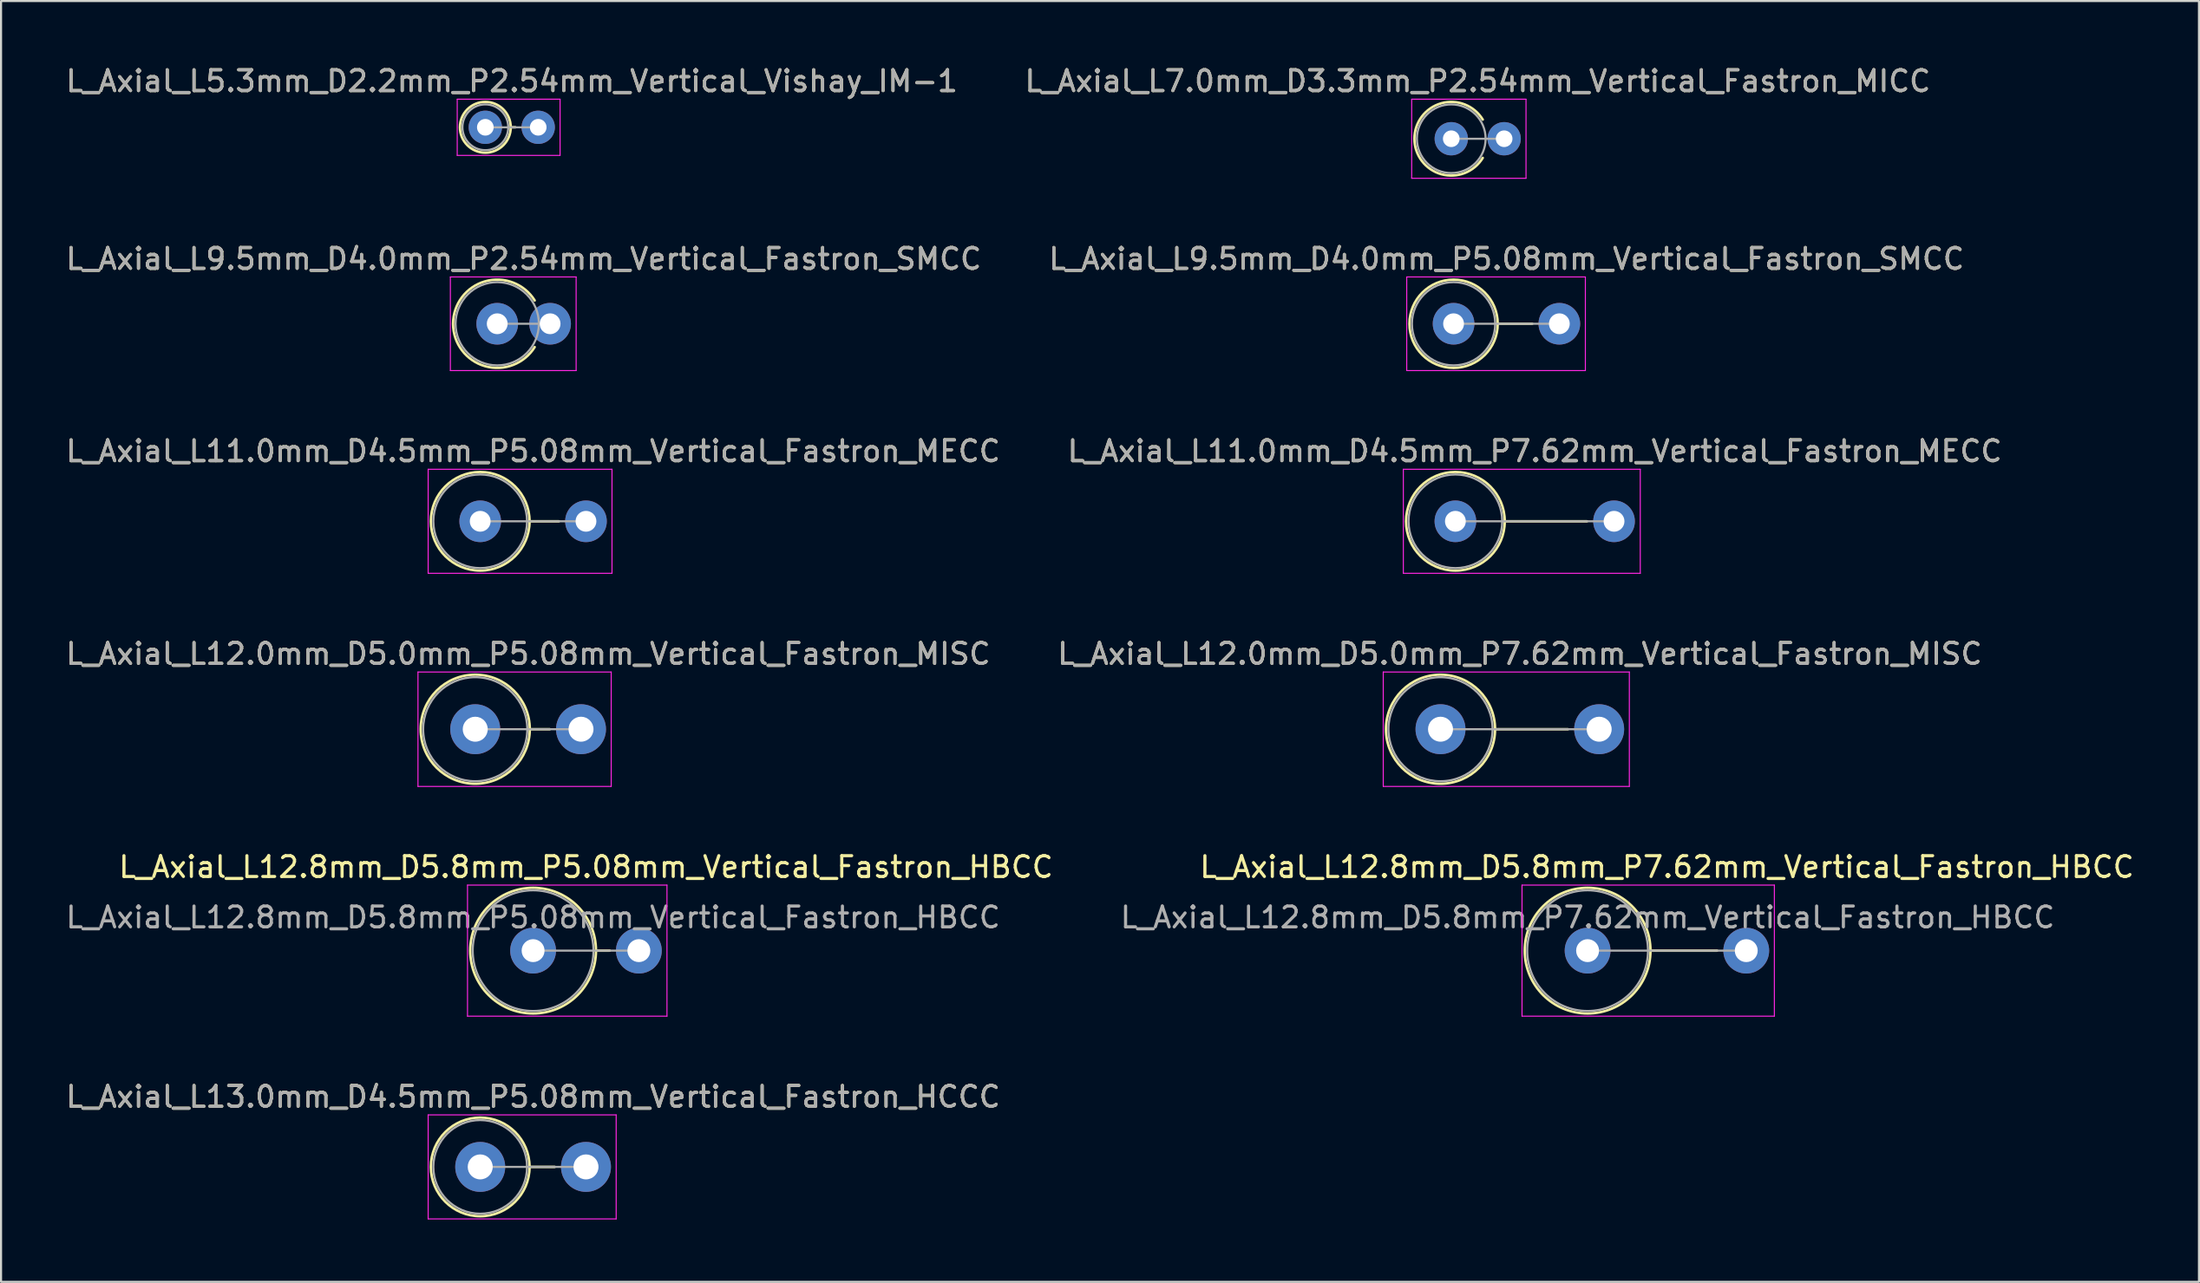
<source format=kicad_pcb>
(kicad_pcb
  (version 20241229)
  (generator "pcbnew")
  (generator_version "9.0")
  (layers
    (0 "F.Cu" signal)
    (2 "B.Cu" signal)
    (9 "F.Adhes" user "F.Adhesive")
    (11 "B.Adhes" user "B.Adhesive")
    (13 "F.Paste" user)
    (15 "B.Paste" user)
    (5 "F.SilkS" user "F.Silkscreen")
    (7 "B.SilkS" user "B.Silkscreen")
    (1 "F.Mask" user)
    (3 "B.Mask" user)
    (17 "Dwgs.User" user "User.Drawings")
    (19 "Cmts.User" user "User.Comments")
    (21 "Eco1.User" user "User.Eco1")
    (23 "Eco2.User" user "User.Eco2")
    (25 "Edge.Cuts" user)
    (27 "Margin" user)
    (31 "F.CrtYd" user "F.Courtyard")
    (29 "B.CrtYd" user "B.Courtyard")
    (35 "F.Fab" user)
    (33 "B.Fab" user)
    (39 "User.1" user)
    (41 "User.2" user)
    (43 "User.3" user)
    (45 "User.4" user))
  (footprint "L_Axial_L9.5mm_D4.0mm_P5.08mm_Vertical_Fastron_SMCC"
    (layer "F.Cu")
    (at 66.764 12.511)
    (property "Reference" "L_Axial_L9.5mm_D4.0mm_P5.08mm_Vertical_Fastron_SMCC" (at 2.54 -3.12 0) (layer "F.SilkS") (effects (font (size 1 1) (thickness 0.15))))
    (attr through_hole)
    (fp_line (start 2.12 0) (end 3.78 0) (stroke (width 0.12) (type solid)) (layer "F.SilkS"))
    (fp_circle (center 0 0) (end 2.12 0) (stroke (width 0.12) (type solid)) (fill no) (layer "F.SilkS"))
    (fp_line (start -2.25 -2.25) (end -2.25 2.25) (stroke (width 0.05) (type solid)) (layer "F.CrtYd"))
    (fp_line (start -2.25 2.25) (end 6.33 2.25) (stroke (width 0.05) (type solid)) (layer "F.CrtYd"))
    (fp_line (start 6.33 -2.25) (end -2.25 -2.25) (stroke (width 0.05) (type solid)) (layer "F.CrtYd"))
    (fp_line (start 6.33 2.25) (end 6.33 -2.25) (stroke (width 0.05) (type solid)) (layer "F.CrtYd"))
    (fp_line (start 0 0) (end 5.08 0) (stroke (width 0.1) (type solid)) (layer "F.Fab"))
    (fp_circle (center 0 0) (end 2 0) (stroke (width 0.1) (type solid)) (fill no) (layer "F.Fab"))
    (fp_text user "${REFERENCE}" (at 2.54 -3.12 0) (layer "F.Fab") (effects (font (size 1 1) (thickness 0.15))))
    (pad "1" thru_hole circle (at 0 0) (size 2 2) (drill 1) (layers "*.Cu" "*.Mask"))
    (pad "2" thru_hole oval (at 5.08 0) (size 2 2) (drill 1) (layers "*.Cu" "*.Mask")))
  (footprint "L_Axial_L12.0mm_D5.0mm_P5.08mm_Vertical_Fastron_MISC"
    (layer "F.Cu")
    (at 19.775 31.998)
    (property "Reference" "L_Axial_L12.0mm_D5.0mm_P5.08mm_Vertical_Fastron_MISC" (at 2.54 -3.62 0) (layer "F.SilkS") (effects (font (size 1 1) (thickness 0.15))))
    (attr through_hole)
    (fp_line (start 2.62 0) (end 3.58 0) (stroke (width 0.12) (type solid)) (layer "F.SilkS"))
    (fp_circle (center 0 0) (end 2.62 0) (stroke (width 0.12) (type solid)) (fill no) (layer "F.SilkS"))
    (fp_line (start -2.75 -2.75) (end -2.75 2.75) (stroke (width 0.05) (type solid)) (layer "F.CrtYd"))
    (fp_line (start -2.75 2.75) (end 6.53 2.75) (stroke (width 0.05) (type solid)) (layer "F.CrtYd"))
    (fp_line (start 6.53 -2.75) (end -2.75 -2.75) (stroke (width 0.05) (type solid)) (layer "F.CrtYd"))
    (fp_line (start 6.53 2.75) (end 6.53 -2.75) (stroke (width 0.05) (type solid)) (layer "F.CrtYd"))
    (fp_line (start 0 0) (end 5.08 0) (stroke (width 0.1) (type solid)) (layer "F.Fab"))
    (fp_circle (center 0 0) (end 2.5 0) (stroke (width 0.1) (type solid)) (fill no) (layer "F.Fab"))
    (fp_text user "${REFERENCE}" (at 2.54 -3.62 0) (layer "F.Fab") (effects (font (size 1 1) (thickness 0.15))))
    (pad "1" thru_hole circle (at 0 0) (size 2.4 2.4) (drill 1.2) (layers "*.Cu" "*.Mask"))
    (pad "2" thru_hole oval (at 5.08 0) (size 2.4 2.4) (drill 1.2) (layers "*.Cu" "*.Mask")))
  (footprint "L_Axial_L7.0mm_D3.3mm_P2.54mm_Vertical_Fastron_MICC"
    (layer "F.Cu")
    (at 66.653 3.618)
    (property "Reference" "L_Axial_L7.0mm_D3.3mm_P2.54mm_Vertical_Fastron_MICC" (at 1.27 -2.77 0) (layer "F.SilkS") (effects (font (size 1 1) (thickness 0.15))))
    (attr through_hole)
    (fp_arc (start 1.512118 0.92) (mid -1.77 0) (end 1.512118 -0.92) (stroke (width 0.12) (type solid)) (layer "F.SilkS"))
    (fp_line (start -1.9 -1.9) (end -1.9 1.9) (stroke (width 0.05) (type solid)) (layer "F.CrtYd"))
    (fp_line (start -1.9 1.9) (end 3.59 1.9) (stroke (width 0.05) (type solid)) (layer "F.CrtYd"))
    (fp_line (start 3.59 -1.9) (end -1.9 -1.9) (stroke (width 0.05) (type solid)) (layer "F.CrtYd"))
    (fp_line (start 3.59 1.9) (end 3.59 -1.9) (stroke (width 0.05) (type solid)) (layer "F.CrtYd"))
    (fp_line (start 0 0) (end 2.54 0) (stroke (width 0.1) (type solid)) (layer "F.Fab"))
    (fp_circle (center 0 0) (end 1.65 0) (stroke (width 0.1) (type solid)) (fill no) (layer "F.Fab"))
    (fp_text user "${REFERENCE}" (at 1.27 -2.77 0) (layer "F.Fab") (effects (font (size 1 1) (thickness 0.15))))
    (pad "1" thru_hole circle (at 0 0) (size 1.6 1.6) (drill 0.8) (layers "*.Cu" "*.Mask"))
    (pad "2" thru_hole oval (at 2.54 0) (size 1.6 1.6) (drill 0.8) (layers "*.Cu" "*.Mask")))
  (footprint "L_Axial_L5.3mm_D2.2mm_P2.54mm_Vertical_Vishay_IM-1"
    (layer "F.Cu")
    (at 20.26 3.068)
    (property "Reference" "L_Axial_L5.3mm_D2.2mm_P2.54mm_Vertical_Vishay_IM-1" (at 1.27 -2.22 0) (layer "F.SilkS") (effects (font (size 1 1) (thickness 0.15))))
    (attr through_hole)
    (fp_line (start 1.22 0) (end 1.44 0) (stroke (width 0.12) (type solid)) (layer "F.SilkS"))
    (fp_circle (center 0 0) (end 1.22 0) (stroke (width 0.12) (type solid)) (fill no) (layer "F.SilkS"))
    (fp_line (start -1.35 -1.35) (end -1.35 1.35) (stroke (width 0.05) (type solid)) (layer "F.CrtYd"))
    (fp_line (start -1.35 1.35) (end 3.59 1.35) (stroke (width 0.05) (type solid)) (layer "F.CrtYd"))
    (fp_line (start 3.59 -1.35) (end -1.35 -1.35) (stroke (width 0.05) (type solid)) (layer "F.CrtYd"))
    (fp_line (start 3.59 1.35) (end 3.59 -1.35) (stroke (width 0.05) (type solid)) (layer "F.CrtYd"))
    (fp_line (start 0 0) (end 2.54 0) (stroke (width 0.1) (type solid)) (layer "F.Fab"))
    (fp_circle (center 0 0) (end 1.1 0) (stroke (width 0.1) (type solid)) (fill no) (layer "F.Fab"))
    (fp_text user "${REFERENCE}" (at 1.27 -2.22 0) (layer "F.Fab") (effects (font (size 1 1) (thickness 0.15))))
    (pad "1" thru_hole circle (at 0 0) (size 1.6 1.6) (drill 0.8) (layers "*.Cu" "*.Mask"))
    (pad "2" thru_hole oval (at 2.54 0) (size 1.6 1.6) (drill 0.8) (layers "*.Cu" "*.Mask")))
  (footprint "L_Axial_L11.0mm_D4.5mm_P7.62mm_Vertical_Fastron_MECC"
    (layer "F.Cu")
    (at 66.851 22.005)
    (property "Reference" "L_Axial_L11.0mm_D4.5mm_P7.62mm_Vertical_Fastron_MECC" (at 3.81 -3.37 0) (layer "F.SilkS") (effects (font (size 1 1) (thickness 0.15))))
    (attr through_hole)
    (fp_line (start 2.37 0) (end 6.32 0) (stroke (width 0.12) (type solid)) (layer "F.SilkS"))
    (fp_circle (center 0 0) (end 2.37 0) (stroke (width 0.12) (type solid)) (fill no) (layer "F.SilkS"))
    (fp_line (start -2.5 -2.5) (end -2.5 2.5) (stroke (width 0.05) (type solid)) (layer "F.CrtYd"))
    (fp_line (start -2.5 2.5) (end 8.88 2.5) (stroke (width 0.05) (type solid)) (layer "F.CrtYd"))
    (fp_line (start 8.88 -2.5) (end -2.5 -2.5) (stroke (width 0.05) (type solid)) (layer "F.CrtYd"))
    (fp_line (start 8.88 2.5) (end 8.88 -2.5) (stroke (width 0.05) (type solid)) (layer "F.CrtYd"))
    (fp_line (start 0 0) (end 7.62 0) (stroke (width 0.1) (type solid)) (layer "F.Fab"))
    (fp_circle (center 0 0) (end 2.25 0) (stroke (width 0.1) (type solid)) (fill no) (layer "F.Fab"))
    (fp_text user "${REFERENCE}" (at 3.81 -3.37 0) (layer "F.Fab") (effects (font (size 1 1) (thickness 0.15))))
    (pad "1" thru_hole circle (at 0 0) (size 2 2) (drill 1) (layers "*.Cu" "*.Mask"))
    (pad "2" thru_hole oval (at 7.62 0) (size 2 2) (drill 1) (layers "*.Cu" "*.Mask")))
  (footprint "L_Axial_L12.8mm_D5.8mm_P7.62mm_Vertical_Fastron_HBCC"
    (layer "F.Cu")
    (at 73.201 42.641)
    (property "Reference" "L_Axial_L12.8mm_D5.8mm_P7.62mm_Vertical_Fastron_HBCC" (at 3.81 -4.02 0) (layer "F.SilkS") (effects (font (size 1 1) (thickness 0.15))))
    (attr through_hole)
    (fp_line (start 3.02 0) (end 6.22 0) (stroke (width 0.12) (type solid)) (layer "F.SilkS"))
    (fp_circle (center 0 0) (end 3.02 0) (stroke (width 0.12) (type solid)) (fill no) (layer "F.SilkS"))
    (fp_line (start -3.15 -3.15) (end -3.15 3.15) (stroke (width 0.05) (type solid)) (layer "F.CrtYd"))
    (fp_line (start -3.15 3.15) (end 8.97 3.15) (stroke (width 0.05) (type solid)) (layer "F.CrtYd"))
    (fp_line (start 8.97 -3.15) (end -3.15 -3.15) (stroke (width 0.05) (type solid)) (layer "F.CrtYd"))
    (fp_line (start 8.97 3.15) (end 8.97 -3.15) (stroke (width 0.05) (type solid)) (layer "F.CrtYd"))
    (fp_line (start 0 0) (end 7.62 0) (stroke (width 0.1) (type solid)) (layer "F.Fab"))
    (fp_circle (center 0 0) (end 2.9 0) (stroke (width 0.1) (type solid)) (fill no) (layer "F.Fab"))
    (fp_text user "${REFERENCE}" (at 0 -1.6 0) (layer "F.Fab") (effects (font (size 1 1) (thickness 0.15))))
    (pad "1" thru_hole circle (at 0 0) (size 2.2 2.2) (drill 1.1) (layers "*.Cu" "*.Mask"))
    (pad "2" thru_hole oval (at 7.62 0) (size 2.2 2.2) (drill 1.1) (layers "*.Cu" "*.Mask")))
  (footprint "L_Axial_L11.0mm_D4.5mm_P5.08mm_Vertical_Fastron_MECC"
    (layer "F.Cu")
    (at 20.014 22.005)
    (property "Reference" "L_Axial_L11.0mm_D4.5mm_P5.08mm_Vertical_Fastron_MECC" (at 2.54 -3.37 0) (layer "F.SilkS") (effects (font (size 1 1) (thickness 0.15))))
    (attr through_hole)
    (fp_line (start 2.37 0) (end 3.78 0) (stroke (width 0.12) (type solid)) (layer "F.SilkS"))
    (fp_circle (center 0 0) (end 2.37 0) (stroke (width 0.12) (type solid)) (fill no) (layer "F.SilkS"))
    (fp_line (start -2.5 -2.5) (end -2.5 2.5) (stroke (width 0.05) (type solid)) (layer "F.CrtYd"))
    (fp_line (start -2.5 2.5) (end 6.33 2.5) (stroke (width 0.05) (type solid)) (layer "F.CrtYd"))
    (fp_line (start 6.33 -2.5) (end -2.5 -2.5) (stroke (width 0.05) (type solid)) (layer "F.CrtYd"))
    (fp_line (start 6.33 2.5) (end 6.33 -2.5) (stroke (width 0.05) (type solid)) (layer "F.CrtYd"))
    (fp_line (start 0 0) (end 5.08 0) (stroke (width 0.1) (type solid)) (layer "F.Fab"))
    (fp_circle (center 0 0) (end 2.25 0) (stroke (width 0.1) (type solid)) (fill no) (layer "F.Fab"))
    (fp_text user "${REFERENCE}" (at 2.54 -3.37 0) (layer "F.Fab") (effects (font (size 1 1) (thickness 0.15))))
    (pad "1" thru_hole circle (at 0 0) (size 2 2) (drill 1) (layers "*.Cu" "*.Mask"))
    (pad "2" thru_hole oval (at 5.08 0) (size 2 2) (drill 1) (layers "*.Cu" "*.Mask")))
  (footprint "L_Axial_L12.0mm_D5.0mm_P7.62mm_Vertical_Fastron_MISC"
    (layer "F.Cu")
    (at 66.136 31.998)
    (property "Reference" "L_Axial_L12.0mm_D5.0mm_P7.62mm_Vertical_Fastron_MISC" (at 3.81 -3.62 0) (layer "F.SilkS") (effects (font (size 1 1) (thickness 0.15))))
    (attr through_hole)
    (fp_line (start 2.62 0) (end 6.12 0) (stroke (width 0.12) (type solid)) (layer "F.SilkS"))
    (fp_circle (center 0 0) (end 2.62 0) (stroke (width 0.12) (type solid)) (fill no) (layer "F.SilkS"))
    (fp_line (start -2.75 -2.75) (end -2.75 2.75) (stroke (width 0.05) (type solid)) (layer "F.CrtYd"))
    (fp_line (start -2.75 2.75) (end 9.07 2.75) (stroke (width 0.05) (type solid)) (layer "F.CrtYd"))
    (fp_line (start 9.07 -2.75) (end -2.75 -2.75) (stroke (width 0.05) (type solid)) (layer "F.CrtYd"))
    (fp_line (start 9.07 2.75) (end 9.07 -2.75) (stroke (width 0.05) (type solid)) (layer "F.CrtYd"))
    (fp_line (start 0 0) (end 7.62 0) (stroke (width 0.1) (type solid)) (layer "F.Fab"))
    (fp_circle (center 0 0) (end 2.5 0) (stroke (width 0.1) (type solid)) (fill no) (layer "F.Fab"))
    (fp_text user "${REFERENCE}" (at 3.81 -3.62 0) (layer "F.Fab") (effects (font (size 1 1) (thickness 0.15))))
    (pad "1" thru_hole circle (at 0 0) (size 2.4 2.4) (drill 1.2) (layers "*.Cu" "*.Mask"))
    (pad "2" thru_hole oval (at 7.62 0) (size 2.4 2.4) (drill 1.2) (layers "*.Cu" "*.Mask")))
  (footprint "L_Axial_L12.8mm_D5.8mm_P5.08mm_Vertical_Fastron_HBCC"
    (layer "F.Cu")
    (at 22.554 42.641)
    (property "Reference" "L_Axial_L12.8mm_D5.8mm_P5.08mm_Vertical_Fastron_HBCC" (at 2.54 -4.02 0) (layer "F.SilkS") (effects (font (size 1 1) (thickness 0.15))))
    (attr through_hole)
    (fp_line (start 3.02 0) (end 3.68 0) (stroke (width 0.12) (type solid)) (layer "F.SilkS"))
    (fp_circle (center 0 0) (end 3.02 0) (stroke (width 0.12) (type solid)) (fill no) (layer "F.SilkS"))
    (fp_line (start -3.15 -3.15) (end -3.15 3.15) (stroke (width 0.05) (type solid)) (layer "F.CrtYd"))
    (fp_line (start -3.15 3.15) (end 6.43 3.15) (stroke (width 0.05) (type solid)) (layer "F.CrtYd"))
    (fp_line (start 6.43 -3.15) (end -3.15 -3.15) (stroke (width 0.05) (type solid)) (layer "F.CrtYd"))
    (fp_line (start 6.43 3.15) (end 6.43 -3.15) (stroke (width 0.05) (type solid)) (layer "F.CrtYd"))
    (fp_line (start 0 0) (end 5.08 0) (stroke (width 0.1) (type solid)) (layer "F.Fab"))
    (fp_circle (center 0 0) (end 2.9 0) (stroke (width 0.1) (type solid)) (fill no) (layer "F.Fab"))
    (fp_text user "${REFERENCE}" (at 0 -1.6 0) (layer "F.Fab") (effects (font (size 1 1) (thickness 0.15))))
    (pad "1" thru_hole circle (at 0 0) (size 2.2 2.2) (drill 1.1) (layers "*.Cu" "*.Mask"))
    (pad "2" thru_hole oval (at 5.08 0) (size 2.2 2.2) (drill 1.1) (layers "*.Cu" "*.Mask")))
  (footprint "L_Axial_L13.0mm_D4.5mm_P5.08mm_Vertical_Fastron_HCCC"
    (layer "F.Cu")
    (at 20.014 53.035)
    (property "Reference" "L_Axial_L13.0mm_D4.5mm_P5.08mm_Vertical_Fastron_HCCC" (at 2.54 -3.37 0) (layer "F.SilkS") (effects (font (size 1 1) (thickness 0.15))))
    (attr through_hole)
    (fp_line (start 2.37 0) (end 3.58 0) (stroke (width 0.12) (type solid)) (layer "F.SilkS"))
    (fp_circle (center 0 0) (end 2.37 0) (stroke (width 0.12) (type solid)) (fill no) (layer "F.SilkS"))
    (fp_line (start -2.5 -2.5) (end -2.5 2.5) (stroke (width 0.05) (type solid)) (layer "F.CrtYd"))
    (fp_line (start -2.5 2.5) (end 6.53 2.5) (stroke (width 0.05) (type solid)) (layer "F.CrtYd"))
    (fp_line (start 6.53 -2.5) (end -2.5 -2.5) (stroke (width 0.05) (type solid)) (layer "F.CrtYd"))
    (fp_line (start 6.53 2.5) (end 6.53 -2.5) (stroke (width 0.05) (type solid)) (layer "F.CrtYd"))
    (fp_line (start 0 0) (end 5.08 0) (stroke (width 0.1) (type solid)) (layer "F.Fab"))
    (fp_circle (center 0 0) (end 2.25 0) (stroke (width 0.1) (type solid)) (fill no) (layer "F.Fab"))
    (fp_text user "${REFERENCE}" (at 2.54 -3.37 0) (layer "F.Fab") (effects (font (size 1 1) (thickness 0.15))))
    (pad "1" thru_hole circle (at 0 0) (size 2.4 2.4) (drill 1.2) (layers "*.Cu" "*.Mask"))
    (pad "2" thru_hole oval (at 5.08 0) (size 2.4 2.4) (drill 1.2) (layers "*.Cu" "*.Mask")))
  (footprint "L_Axial_L9.5mm_D4.0mm_P2.54mm_Vertical_Fastron_SMCC"
    (layer "F.Cu")
    (at 20.831 12.511)
    (property "Reference" "L_Axial_L9.5mm_D4.0mm_P2.54mm_Vertical_Fastron_SMCC" (at 1.27 -3.12 0) (layer "F.SilkS") (effects (font (size 1 1) (thickness 0.15))))
    (attr through_hole)
    (fp_arc (start 1.8 1.12) (mid -2.12 0) (end 1.8 -1.12) (stroke (width 0.12) (type solid)) (layer "F.SilkS"))
    (fp_line (start -2.25 -2.25) (end -2.25 2.25) (stroke (width 0.05) (type solid)) (layer "F.CrtYd"))
    (fp_line (start -2.25 2.25) (end 3.79 2.25) (stroke (width 0.05) (type solid)) (layer "F.CrtYd"))
    (fp_line (start 3.79 -2.25) (end -2.25 -2.25) (stroke (width 0.05) (type solid)) (layer "F.CrtYd"))
    (fp_line (start 3.79 2.25) (end 3.79 -2.25) (stroke (width 0.05) (type solid)) (layer "F.CrtYd"))
    (fp_line (start 0 0) (end 2.54 0) (stroke (width 0.1) (type solid)) (layer "F.Fab"))
    (fp_circle (center 0 0) (end 2 0) (stroke (width 0.1) (type solid)) (fill no) (layer "F.Fab"))
    (fp_text user "${REFERENCE}" (at 1.27 -3.12 0) (layer "F.Fab") (effects (font (size 1 1) (thickness 0.15))))
    (pad "1" thru_hole circle (at 0 0) (size 2 2) (drill 1) (layers "*.Cu" "*.Mask"))
    (pad "2" thru_hole oval (at 2.54 0) (size 2 2) (drill 1) (layers "*.Cu" "*.Mask")))
  (gr_rect
    (start -3 -3)
    (end 102.564 58.559)
    (stroke (width 0.1) (type default))
    (fill no)
    (layer "Edge.Cuts")))
</source>
